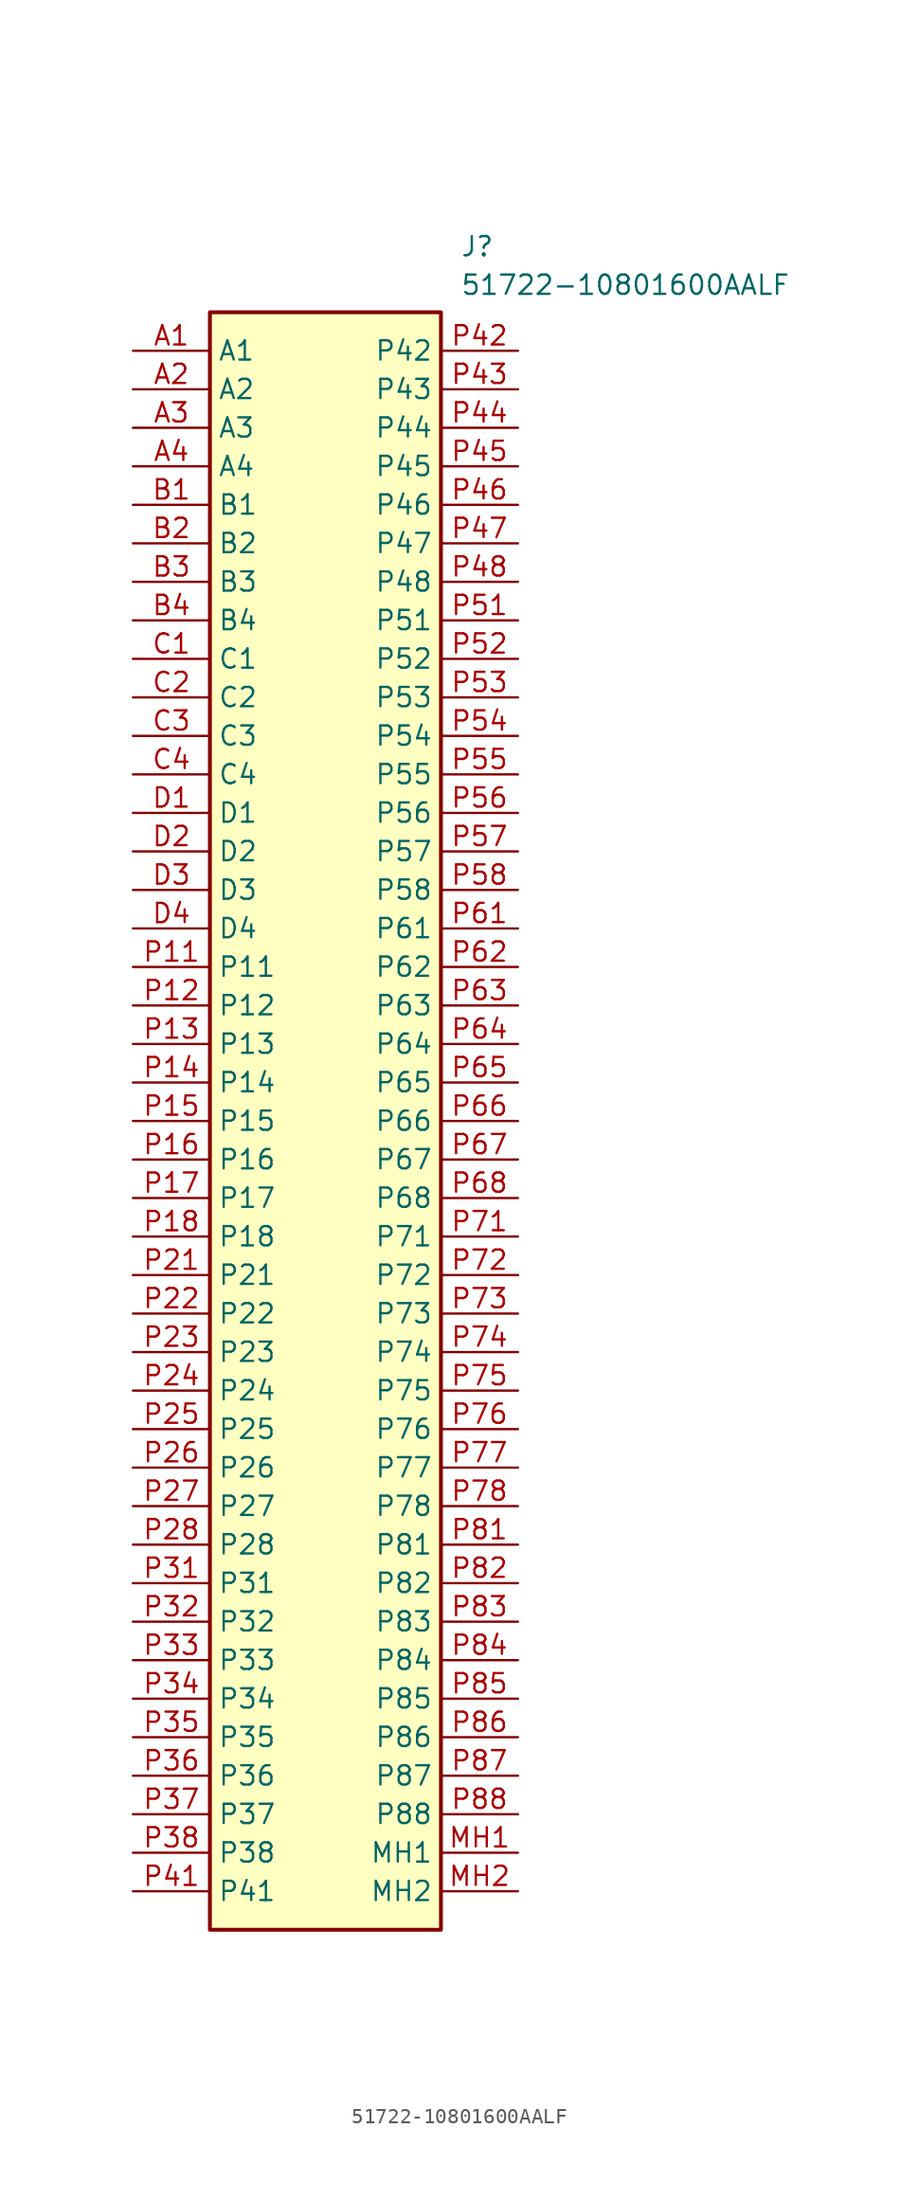
<source format=kicad_sym>
(kicad_symbol_lib
  (version 20220914)
  (generator kicad_symbol_editor)
  (symbol "51722-10801600AALF"
    (property "Reference" "J"
      (at 21.59 7.62 0)
      (effects (font (size 1.27 1.27)) (justify left top)))
    (property "Value" "51722-10801600AALF"
      (at 21.59 5.08 0)
      (effects (font (size 1.27 1.27)) (justify left top)))
    (symbol "51722-10801600AALF_1_1"
      (rectangle (start 5.08 2.54) (end 20.32 -104.14) (stroke (width 0.254) (type default)) (fill (type background)))
      (pin passive line (at 0 0 0) (length 5.08) (name "A1" (effects (font (size 1.27 1.27)))) (number "A1" (effects (font (size 1.27 1.27)))))
      (pin passive line (at 0 -2.54 0) (length 5.08) (name "A2" (effects (font (size 1.27 1.27)))) (number "A2" (effects (font (size 1.27 1.27)))))
      (pin passive line (at 0 -5.08 0) (length 5.08) (name "A3" (effects (font (size 1.27 1.27)))) (number "A3" (effects (font (size 1.27 1.27)))))
      (pin passive line (at 0 -7.62 0) (length 5.08) (name "A4" (effects (font (size 1.27 1.27)))) (number "A4" (effects (font (size 1.27 1.27)))))
      (pin passive line (at 0 -10.16 0) (length 5.08) (name "B1" (effects (font (size 1.27 1.27)))) (number "B1" (effects (font (size 1.27 1.27)))))
      (pin passive line (at 0 -12.7 0) (length 5.08) (name "B2" (effects (font (size 1.27 1.27)))) (number "B2" (effects (font (size 1.27 1.27)))))
      (pin passive line (at 0 -15.24 0) (length 5.08) (name "B3" (effects (font (size 1.27 1.27)))) (number "B3" (effects (font (size 1.27 1.27)))))
      (pin passive line (at 0 -17.78 0) (length 5.08) (name "B4" (effects (font (size 1.27 1.27)))) (number "B4" (effects (font (size 1.27 1.27)))))
      (pin passive line (at 0 -20.32 0) (length 5.08) (name "C1" (effects (font (size 1.27 1.27)))) (number "C1" (effects (font (size 1.27 1.27)))))
      (pin passive line (at 0 -22.86 0) (length 5.08) (name "C2" (effects (font (size 1.27 1.27)))) (number "C2" (effects (font (size 1.27 1.27)))))
      (pin passive line (at 0 -25.4 0) (length 5.08) (name "C3" (effects (font (size 1.27 1.27)))) (number "C3" (effects (font (size 1.27 1.27)))))
      (pin passive line (at 0 -27.94 0) (length 5.08) (name "C4" (effects (font (size 1.27 1.27)))) (number "C4" (effects (font (size 1.27 1.27)))))
      (pin passive line (at 0 -30.48 0) (length 5.08) (name "D1" (effects (font (size 1.27 1.27)))) (number "D1" (effects (font (size 1.27 1.27)))))
      (pin passive line (at 0 -33.02 0) (length 5.08) (name "D2" (effects (font (size 1.27 1.27)))) (number "D2" (effects (font (size 1.27 1.27)))))
      (pin passive line (at 0 -35.56 0) (length 5.08) (name "D3" (effects (font (size 1.27 1.27)))) (number "D3" (effects (font (size 1.27 1.27)))))
      (pin passive line (at 0 -38.1 0) (length 5.08) (name "D4" (effects (font (size 1.27 1.27)))) (number "D4" (effects (font (size 1.27 1.27)))))
      (pin passive line (at 25.4 -99.06 180) (length 5.08) (name "MH1" (effects (font (size 1.27 1.27)))) (number "MH1" (effects (font (size 1.27 1.27)))))
      (pin passive line (at 25.4 -101.6 180) (length 5.08) (name "MH2" (effects (font (size 1.27 1.27)))) (number "MH2" (effects (font (size 1.27 1.27)))))
      (pin passive line (at 0 -40.64 0) (length 5.08) (name "P11" (effects (font (size 1.27 1.27)))) (number "P11" (effects (font (size 1.27 1.27)))))
      (pin passive line (at 0 -43.18 0) (length 5.08) (name "P12" (effects (font (size 1.27 1.27)))) (number "P12" (effects (font (size 1.27 1.27)))))
      (pin passive line (at 0 -45.72 0) (length 5.08) (name "P13" (effects (font (size 1.27 1.27)))) (number "P13" (effects (font (size 1.27 1.27)))))
      (pin passive line (at 0 -48.26 0) (length 5.08) (name "P14" (effects (font (size 1.27 1.27)))) (number "P14" (effects (font (size 1.27 1.27)))))
      (pin passive line (at 0 -50.8 0) (length 5.08) (name "P15" (effects (font (size 1.27 1.27)))) (number "P15" (effects (font (size 1.27 1.27)))))
      (pin passive line (at 0 -53.34 0) (length 5.08) (name "P16" (effects (font (size 1.27 1.27)))) (number "P16" (effects (font (size 1.27 1.27)))))
      (pin passive line (at 0 -55.88 0) (length 5.08) (name "P17" (effects (font (size 1.27 1.27)))) (number "P17" (effects (font (size 1.27 1.27)))))
      (pin passive line (at 0 -58.42 0) (length 5.08) (name "P18" (effects (font (size 1.27 1.27)))) (number "P18" (effects (font (size 1.27 1.27)))))
      (pin passive line (at 0 -60.96 0) (length 5.08) (name "P21" (effects (font (size 1.27 1.27)))) (number "P21" (effects (font (size 1.27 1.27)))))
      (pin passive line (at 0 -63.5 0) (length 5.08) (name "P22" (effects (font (size 1.27 1.27)))) (number "P22" (effects (font (size 1.27 1.27)))))
      (pin passive line (at 0 -66.04 0) (length 5.08) (name "P23" (effects (font (size 1.27 1.27)))) (number "P23" (effects (font (size 1.27 1.27)))))
      (pin passive line (at 0 -68.58 0) (length 5.08) (name "P24" (effects (font (size 1.27 1.27)))) (number "P24" (effects (font (size 1.27 1.27)))))
      (pin passive line (at 0 -71.12 0) (length 5.08) (name "P25" (effects (font (size 1.27 1.27)))) (number "P25" (effects (font (size 1.27 1.27)))))
      (pin passive line (at 0 -73.66 0) (length 5.08) (name "P26" (effects (font (size 1.27 1.27)))) (number "P26" (effects (font (size 1.27 1.27)))))
      (pin passive line (at 0 -76.2 0) (length 5.08) (name "P27" (effects (font (size 1.27 1.27)))) (number "P27" (effects (font (size 1.27 1.27)))))
      (pin passive line (at 0 -78.74 0) (length 5.08) (name "P28" (effects (font (size 1.27 1.27)))) (number "P28" (effects (font (size 1.27 1.27)))))
      (pin passive line (at 0 -81.28 0) (length 5.08) (name "P31" (effects (font (size 1.27 1.27)))) (number "P31" (effects (font (size 1.27 1.27)))))
      (pin passive line (at 0 -83.82 0) (length 5.08) (name "P32" (effects (font (size 1.27 1.27)))) (number "P32" (effects (font (size 1.27 1.27)))))
      (pin passive line (at 0 -86.36 0) (length 5.08) (name "P33" (effects (font (size 1.27 1.27)))) (number "P33" (effects (font (size 1.27 1.27)))))
      (pin passive line (at 0 -88.9 0) (length 5.08) (name "P34" (effects (font (size 1.27 1.27)))) (number "P34" (effects (font (size 1.27 1.27)))))
      (pin passive line (at 0 -91.44 0) (length 5.08) (name "P35" (effects (font (size 1.27 1.27)))) (number "P35" (effects (font (size 1.27 1.27)))))
      (pin passive line (at 0 -93.98 0) (length 5.08) (name "P36" (effects (font (size 1.27 1.27)))) (number "P36" (effects (font (size 1.27 1.27)))))
      (pin passive line (at 0 -96.52 0) (length 5.08) (name "P37" (effects (font (size 1.27 1.27)))) (number "P37" (effects (font (size 1.27 1.27)))))
      (pin passive line (at 0 -99.06 0) (length 5.08) (name "P38" (effects (font (size 1.27 1.27)))) (number "P38" (effects (font (size 1.27 1.27)))))
      (pin passive line (at 0 -101.6 0) (length 5.08) (name "P41" (effects (font (size 1.27 1.27)))) (number "P41" (effects (font (size 1.27 1.27)))))
      (pin passive line (at 25.4 0 180) (length 5.08) (name "P42" (effects (font (size 1.27 1.27)))) (number "P42" (effects (font (size 1.27 1.27)))))
      (pin passive line (at 25.4 -2.54 180) (length 5.08) (name "P43" (effects (font (size 1.27 1.27)))) (number "P43" (effects (font (size 1.27 1.27)))))
      (pin passive line (at 25.4 -5.08 180) (length 5.08) (name "P44" (effects (font (size 1.27 1.27)))) (number "P44" (effects (font (size 1.27 1.27)))))
      (pin passive line (at 25.4 -7.62 180) (length 5.08) (name "P45" (effects (font (size 1.27 1.27)))) (number "P45" (effects (font (size 1.27 1.27)))))
      (pin passive line (at 25.4 -10.16 180) (length 5.08) (name "P46" (effects (font (size 1.27 1.27)))) (number "P46" (effects (font (size 1.27 1.27)))))
      (pin passive line (at 25.4 -12.7 180) (length 5.08) (name "P47" (effects (font (size 1.27 1.27)))) (number "P47" (effects (font (size 1.27 1.27)))))
      (pin passive line (at 25.4 -15.24 180) (length 5.08) (name "P48" (effects (font (size 1.27 1.27)))) (number "P48" (effects (font (size 1.27 1.27)))))
      (pin passive line (at 25.4 -17.78 180) (length 5.08) (name "P51" (effects (font (size 1.27 1.27)))) (number "P51" (effects (font (size 1.27 1.27)))))
      (pin passive line (at 25.4 -20.32 180) (length 5.08) (name "P52" (effects (font (size 1.27 1.27)))) (number "P52" (effects (font (size 1.27 1.27)))))
      (pin passive line (at 25.4 -22.86 180) (length 5.08) (name "P53" (effects (font (size 1.27 1.27)))) (number "P53" (effects (font (size 1.27 1.27)))))
      (pin passive line (at 25.4 -25.4 180) (length 5.08) (name "P54" (effects (font (size 1.27 1.27)))) (number "P54" (effects (font (size 1.27 1.27)))))
      (pin passive line (at 25.4 -27.94 180) (length 5.08) (name "P55" (effects (font (size 1.27 1.27)))) (number "P55" (effects (font (size 1.27 1.27)))))
      (pin passive line (at 25.4 -30.48 180) (length 5.08) (name "P56" (effects (font (size 1.27 1.27)))) (number "P56" (effects (font (size 1.27 1.27)))))
      (pin passive line (at 25.4 -33.02 180) (length 5.08) (name "P57" (effects (font (size 1.27 1.27)))) (number "P57" (effects (font (size 1.27 1.27)))))
      (pin passive line (at 25.4 -35.56 180) (length 5.08) (name "P58" (effects (font (size 1.27 1.27)))) (number "P58" (effects (font (size 1.27 1.27)))))
      (pin passive line (at 25.4 -38.1 180) (length 5.08) (name "P61" (effects (font (size 1.27 1.27)))) (number "P61" (effects (font (size 1.27 1.27)))))
      (pin passive line (at 25.4 -40.64 180) (length 5.08) (name "P62" (effects (font (size 1.27 1.27)))) (number "P62" (effects (font (size 1.27 1.27)))))
      (pin passive line (at 25.4 -43.18 180) (length 5.08) (name "P63" (effects (font (size 1.27 1.27)))) (number "P63" (effects (font (size 1.27 1.27)))))
      (pin passive line (at 25.4 -45.72 180) (length 5.08) (name "P64" (effects (font (size 1.27 1.27)))) (number "P64" (effects (font (size 1.27 1.27)))))
      (pin passive line (at 25.4 -48.26 180) (length 5.08) (name "P65" (effects (font (size 1.27 1.27)))) (number "P65" (effects (font (size 1.27 1.27)))))
      (pin passive line (at 25.4 -50.8 180) (length 5.08) (name "P66" (effects (font (size 1.27 1.27)))) (number "P66" (effects (font (size 1.27 1.27)))))
      (pin passive line (at 25.4 -53.34 180) (length 5.08) (name "P67" (effects (font (size 1.27 1.27)))) (number "P67" (effects (font (size 1.27 1.27)))))
      (pin passive line (at 25.4 -55.88 180) (length 5.08) (name "P68" (effects (font (size 1.27 1.27)))) (number "P68" (effects (font (size 1.27 1.27)))))
      (pin passive line (at 25.4 -58.42 180) (length 5.08) (name "P71" (effects (font (size 1.27 1.27)))) (number "P71" (effects (font (size 1.27 1.27)))))
      (pin passive line (at 25.4 -60.96 180) (length 5.08) (name "P72" (effects (font (size 1.27 1.27)))) (number "P72" (effects (font (size 1.27 1.27)))))
      (pin passive line (at 25.4 -63.5 180) (length 5.08) (name "P73" (effects (font (size 1.27 1.27)))) (number "P73" (effects (font (size 1.27 1.27)))))
      (pin passive line (at 25.4 -66.04 180) (length 5.08) (name "P74" (effects (font (size 1.27 1.27)))) (number "P74" (effects (font (size 1.27 1.27)))))
      (pin passive line (at 25.4 -68.58 180) (length 5.08) (name "P75" (effects (font (size 1.27 1.27)))) (number "P75" (effects (font (size 1.27 1.27)))))
      (pin passive line (at 25.4 -71.12 180) (length 5.08) (name "P76" (effects (font (size 1.27 1.27)))) (number "P76" (effects (font (size 1.27 1.27)))))
      (pin passive line (at 25.4 -73.66 180) (length 5.08) (name "P77" (effects (font (size 1.27 1.27)))) (number "P77" (effects (font (size 1.27 1.27)))))
      (pin passive line (at 25.4 -76.2 180) (length 5.08) (name "P78" (effects (font (size 1.27 1.27)))) (number "P78" (effects (font (size 1.27 1.27)))))
      (pin passive line (at 25.4 -78.74 180) (length 5.08) (name "P81" (effects (font (size 1.27 1.27)))) (number "P81" (effects (font (size 1.27 1.27)))))
      (pin passive line (at 25.4 -81.28 180) (length 5.08) (name "P82" (effects (font (size 1.27 1.27)))) (number "P82" (effects (font (size 1.27 1.27)))))
      (pin passive line (at 25.4 -83.82 180) (length 5.08) (name "P83" (effects (font (size 1.27 1.27)))) (number "P83" (effects (font (size 1.27 1.27)))))
      (pin passive line (at 25.4 -86.36 180) (length 5.08) (name "P84" (effects (font (size 1.27 1.27)))) (number "P84" (effects (font (size 1.27 1.27)))))
      (pin passive line (at 25.4 -88.9 180) (length 5.08) (name "P85" (effects (font (size 1.27 1.27)))) (number "P85" (effects (font (size 1.27 1.27)))))
      (pin passive line (at 25.4 -91.44 180) (length 5.08) (name "P86" (effects (font (size 1.27 1.27)))) (number "P86" (effects (font (size 1.27 1.27)))))
      (pin passive line (at 25.4 -93.98 180) (length 5.08) (name "P87" (effects (font (size 1.27 1.27)))) (number "P87" (effects (font (size 1.27 1.27)))))
      (pin passive line (at 25.4 -96.52 180) (length 5.08) (name "P88" (effects (font (size 1.27 1.27)))) (number "P88" (effects (font (size 1.27 1.27))))))))
</source>
